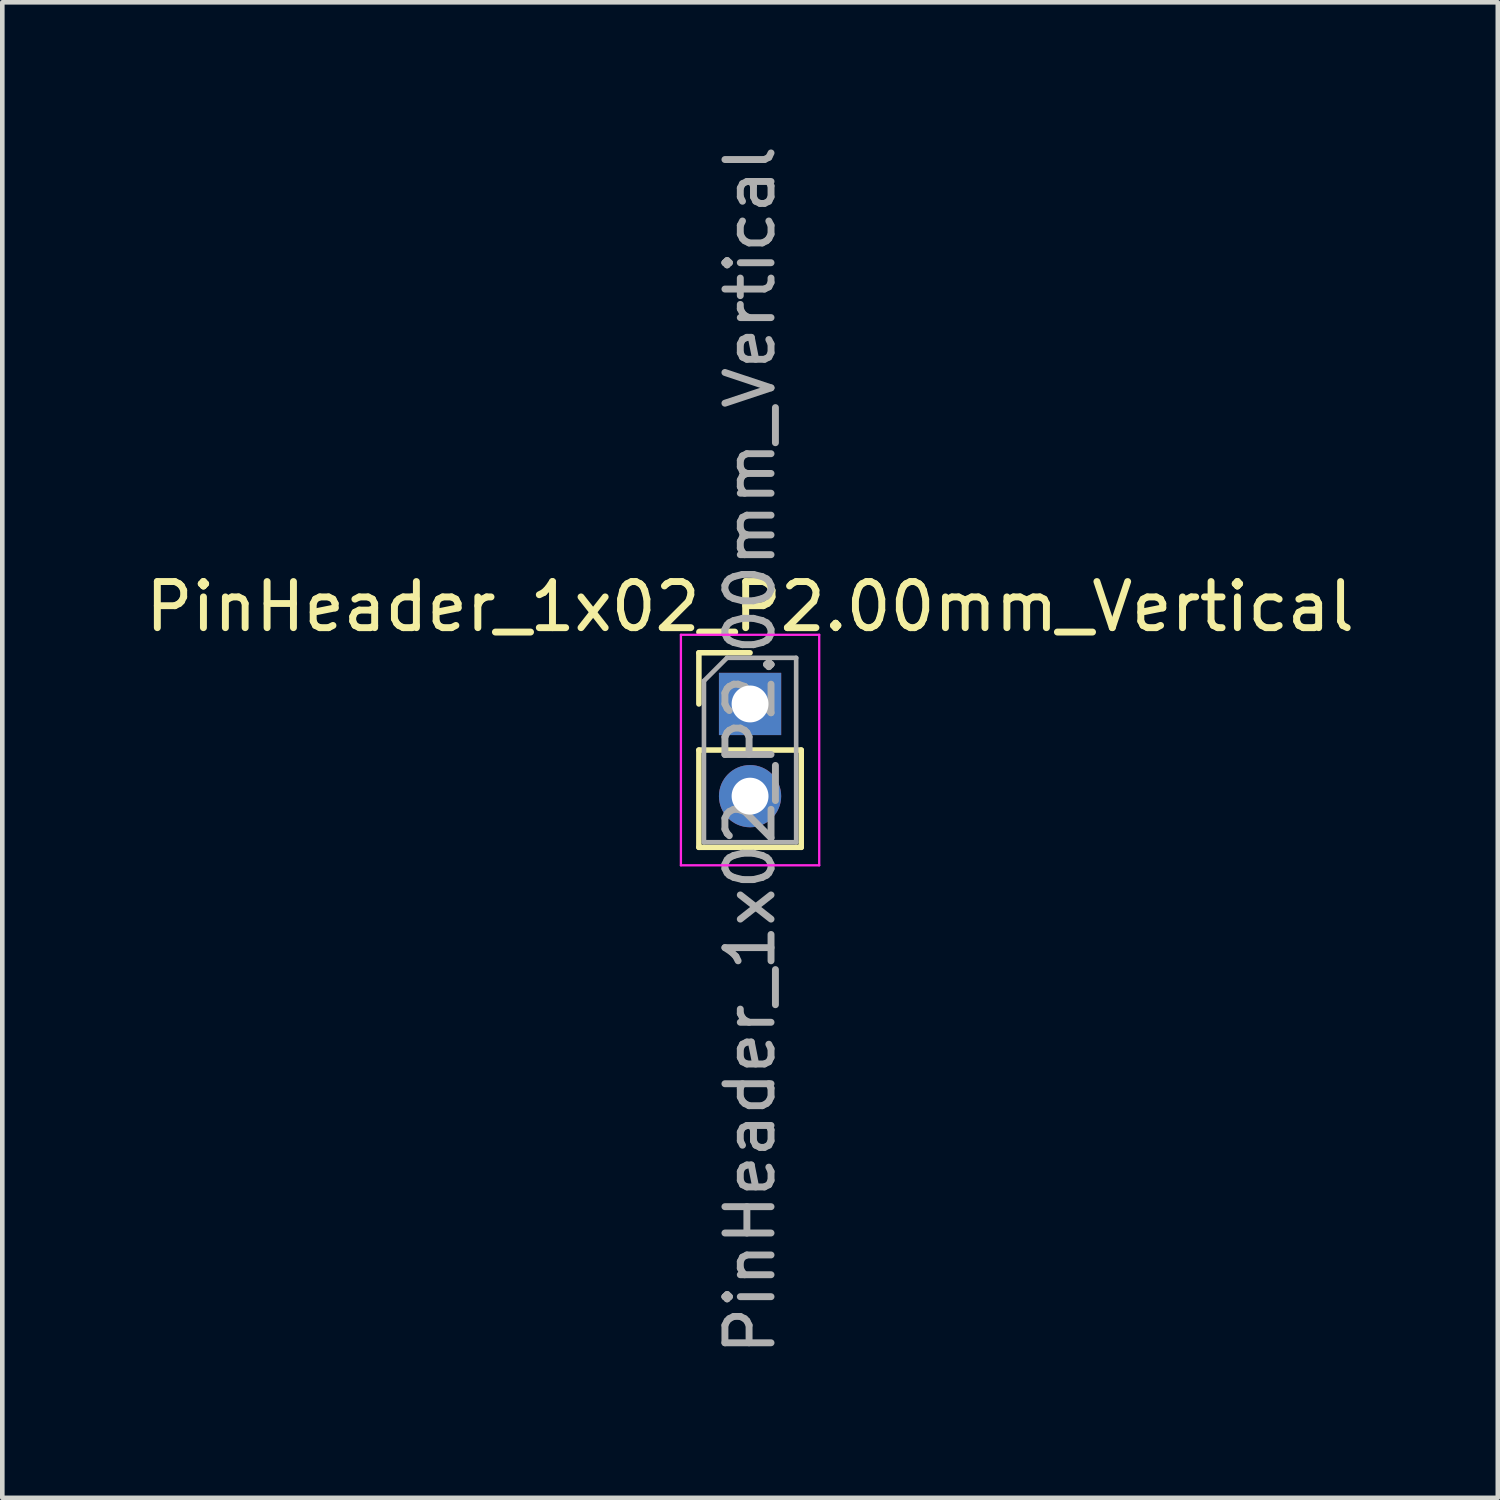
<source format=kicad_pcb>
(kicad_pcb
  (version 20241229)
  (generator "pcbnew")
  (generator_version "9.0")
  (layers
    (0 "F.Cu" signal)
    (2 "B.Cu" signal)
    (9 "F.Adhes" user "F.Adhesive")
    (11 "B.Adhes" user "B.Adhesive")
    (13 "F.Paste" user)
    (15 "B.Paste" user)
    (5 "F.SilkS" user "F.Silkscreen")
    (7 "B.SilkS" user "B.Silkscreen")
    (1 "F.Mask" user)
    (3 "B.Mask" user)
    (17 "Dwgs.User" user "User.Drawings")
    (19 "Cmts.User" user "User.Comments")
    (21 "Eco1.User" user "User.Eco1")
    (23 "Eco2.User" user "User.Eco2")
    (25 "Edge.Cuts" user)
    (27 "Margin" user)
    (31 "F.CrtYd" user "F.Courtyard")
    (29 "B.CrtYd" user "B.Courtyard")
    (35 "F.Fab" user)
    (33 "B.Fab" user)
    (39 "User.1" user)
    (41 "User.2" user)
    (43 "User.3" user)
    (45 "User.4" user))
  (footprint "PinHeader_1x02_P2.00mm_Vertical"
    (layer "F.Cu")
    (at 13.22 12.22)
    (property "Reference" "PinHeader_1x02_P2.00mm_Vertical" (at 0 -2.11 0) (layer "F.SilkS") (effects (font (size 1 1) (thickness 0.15))))
    (attr through_hole)
    (fp_line (start -1.11 -1.11) (end 0 -1.11) (stroke (width 0.12) (type solid)) (layer "F.SilkS"))
    (fp_line (start -1.11 0) (end -1.11 -1.11) (stroke (width 0.12) (type solid)) (layer "F.SilkS"))
    (fp_line (start -1.11 1) (end -1.11 3.11) (stroke (width 0.12) (type solid)) (layer "F.SilkS"))
    (fp_line (start -1.11 1) (end 1.11 1) (stroke (width 0.12) (type solid)) (layer "F.SilkS"))
    (fp_line (start -1.11 3.11) (end 1.11 3.11) (stroke (width 0.12) (type solid)) (layer "F.SilkS"))
    (fp_line (start 1.11 1) (end 1.11 3.11) (stroke (width 0.12) (type solid)) (layer "F.SilkS"))
    (fp_line (start -1.5 -1.5) (end -1.5 3.5) (stroke (width 0.05) (type solid)) (layer "F.CrtYd"))
    (fp_line (start -1.5 3.5) (end 1.5 3.5) (stroke (width 0.05) (type solid)) (layer "F.CrtYd"))
    (fp_line (start 1.5 -1.5) (end -1.5 -1.5) (stroke (width 0.05) (type solid)) (layer "F.CrtYd"))
    (fp_line (start 1.5 3.5) (end 1.5 -1.5) (stroke (width 0.05) (type solid)) (layer "F.CrtYd"))
    (fp_line (start -1 -0.5) (end -0.5 -1) (stroke (width 0.1) (type solid)) (layer "F.Fab"))
    (fp_line (start -1 3) (end -1 -0.5) (stroke (width 0.1) (type solid)) (layer "F.Fab"))
    (fp_line (start -0.5 -1) (end 1 -1) (stroke (width 0.1) (type solid)) (layer "F.Fab"))
    (fp_line (start 1 -1) (end 1 3) (stroke (width 0.1) (type solid)) (layer "F.Fab"))
    (fp_line (start 1 3) (end -1 3) (stroke (width 0.1) (type solid)) (layer "F.Fab"))
    (fp_text user "${REFERENCE}" (at 0 1 90) (layer "F.Fab") (effects (font (size 1 1) (thickness 0.15))))
    (pad "1" thru_hole rect (at 0 0) (size 1.35 1.35) (drill 0.8) (layers "*.Cu" "*.Mask"))
    (pad "2" thru_hole circle (at 0 2) (size 1.35 1.35) (drill 0.8) (layers "*.Cu" "*.Mask")))
  (gr_rect
    (start -3 -3)
    (end 29.44 29.44)
    (stroke (width 0.1) (type default))
    (fill no)
    (layer "Edge.Cuts")))
</source>
